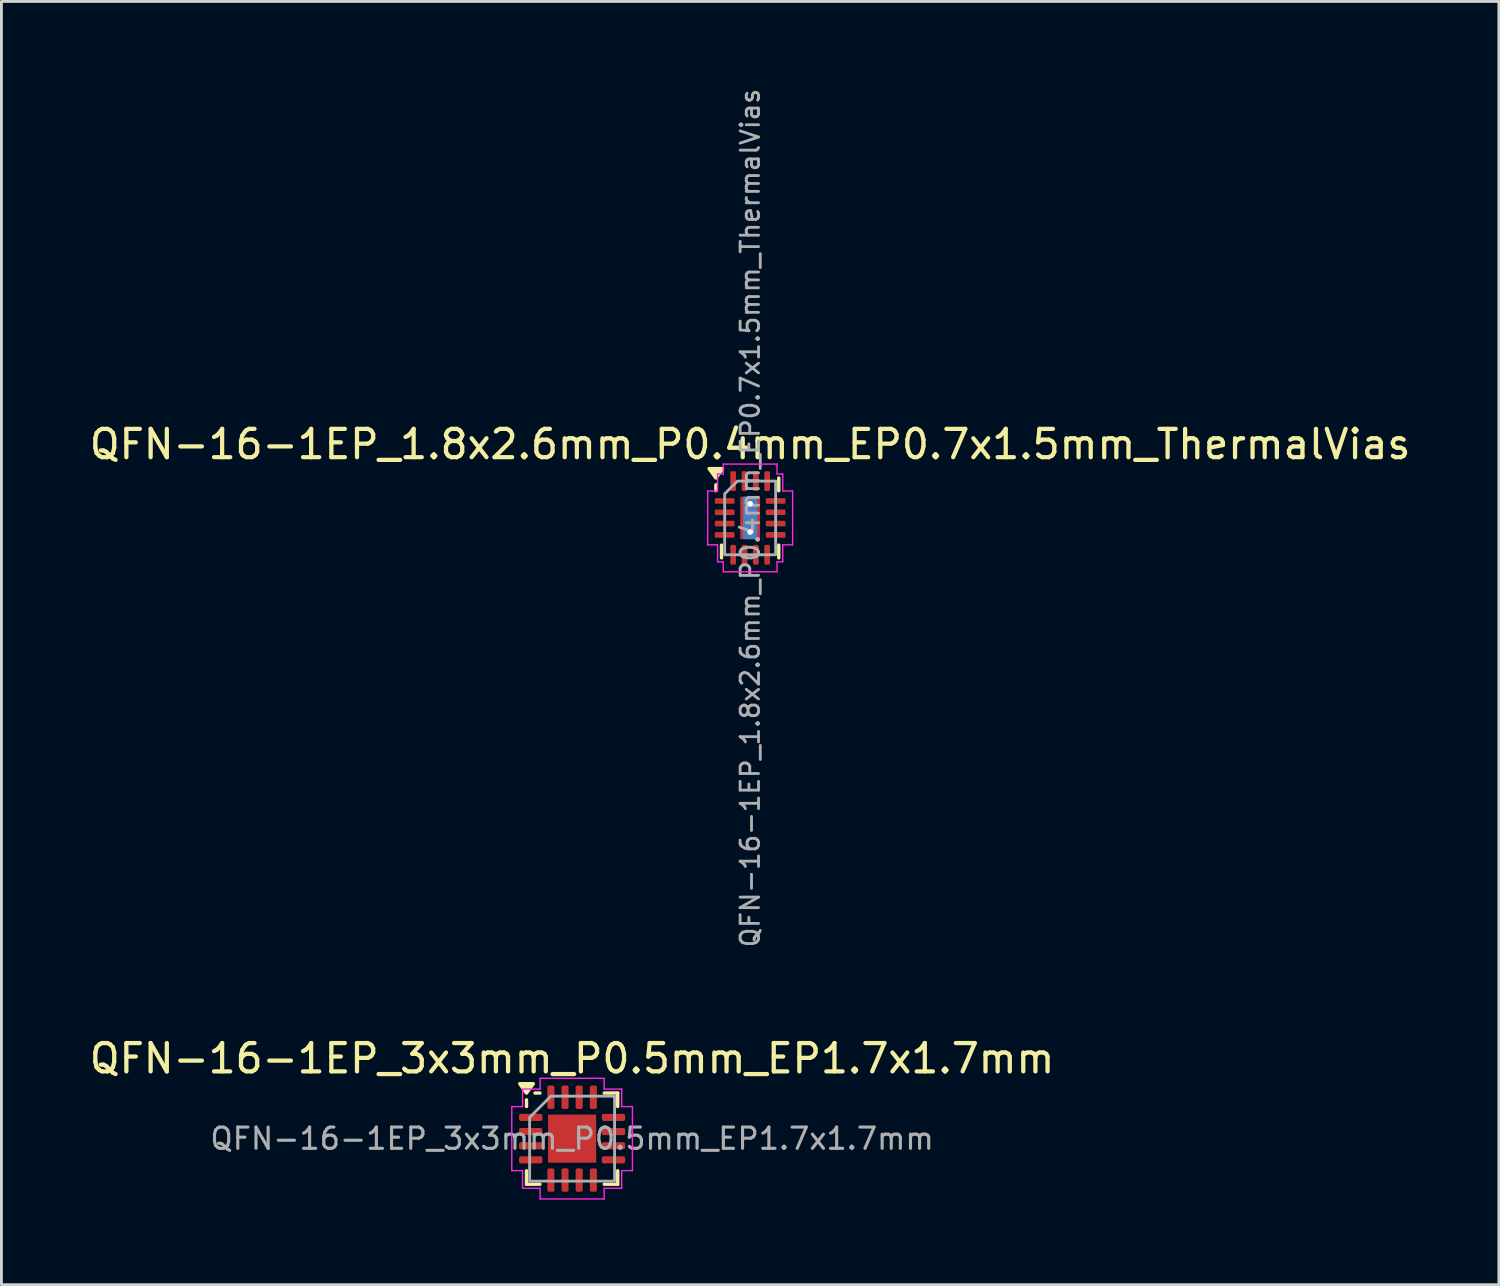
<source format=kicad_pcb>
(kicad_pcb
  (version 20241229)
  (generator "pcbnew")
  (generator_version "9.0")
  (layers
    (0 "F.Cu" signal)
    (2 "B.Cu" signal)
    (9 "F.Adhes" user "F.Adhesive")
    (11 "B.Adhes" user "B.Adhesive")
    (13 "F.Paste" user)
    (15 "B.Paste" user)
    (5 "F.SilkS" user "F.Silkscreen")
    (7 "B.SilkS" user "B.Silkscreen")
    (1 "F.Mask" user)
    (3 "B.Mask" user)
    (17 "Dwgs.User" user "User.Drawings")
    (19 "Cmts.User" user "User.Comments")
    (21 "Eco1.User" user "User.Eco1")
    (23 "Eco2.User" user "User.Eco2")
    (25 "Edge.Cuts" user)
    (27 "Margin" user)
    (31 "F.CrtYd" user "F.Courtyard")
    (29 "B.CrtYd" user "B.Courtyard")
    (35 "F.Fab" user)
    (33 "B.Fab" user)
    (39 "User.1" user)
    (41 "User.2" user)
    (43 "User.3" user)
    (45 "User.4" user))
  (footprint "QFN-16-1EP_1.8x2.6mm_P0.4mm_EP0.7x1.5mm_ThermalVias"
    (layer "F.Cu")
    (at 23.435 15.236)
    (property "Reference" "QFN-16-1EP_1.8x2.6mm_P0.4mm_EP0.7x1.5mm_ThermalVias" (at 0 -2.6 0) (layer "F.SilkS") (effects (font (size 1 1) (thickness 0.15))))
    (attr smd)
    (fp_line (start -1.21 -0.96) (end -1.21 -1.17) (stroke (width 0.12) (type solid)) (layer "F.SilkS"))
    (fp_line (start -1.01 1.41) (end -1.01 0.96) (stroke (width 0.12) (type solid)) (layer "F.SilkS"))
    (fp_line (start 1.01 -1.41) (end 1.01 -0.96) (stroke (width 0.12) (type solid)) (layer "F.SilkS"))
    (fp_line (start 1.01 1.41) (end 1.01 0.96) (stroke (width 0.12) (type solid)) (layer "F.SilkS"))
    (fp_poly (pts (xy -1.21 -1.41) (xy -1.45 -1.74) (xy -0.97 -1.74)) (stroke (width 0.12) (type solid)) (fill yes) (layer "F.SilkS"))
    (fp_line (start -1.5 -0.95) (end -1.15 -0.95) (stroke (width 0.05) (type solid)) (layer "F.CrtYd"))
    (fp_line (start -1.5 0.95) (end -1.5 -0.95) (stroke (width 0.05) (type solid)) (layer "F.CrtYd"))
    (fp_line (start -1.15 -1.55) (end -0.95 -1.55) (stroke (width 0.05) (type solid)) (layer "F.CrtYd"))
    (fp_line (start -1.15 -0.95) (end -1.15 -1.55) (stroke (width 0.05) (type solid)) (layer "F.CrtYd"))
    (fp_line (start -1.15 0.95) (end -1.5 0.95) (stroke (width 0.05) (type solid)) (layer "F.CrtYd"))
    (fp_line (start -1.15 1.55) (end -1.15 0.95) (stroke (width 0.05) (type solid)) (layer "F.CrtYd"))
    (fp_line (start -0.95 -1.9) (end 0.95 -1.9) (stroke (width 0.05) (type solid)) (layer "F.CrtYd"))
    (fp_line (start -0.95 -1.55) (end -0.95 -1.9) (stroke (width 0.05) (type solid)) (layer "F.CrtYd"))
    (fp_line (start -0.95 1.55) (end -1.15 1.55) (stroke (width 0.05) (type solid)) (layer "F.CrtYd"))
    (fp_line (start -0.95 1.9) (end -0.95 1.55) (stroke (width 0.05) (type solid)) (layer "F.CrtYd"))
    (fp_line (start 0.95 -1.9) (end 0.95 -1.55) (stroke (width 0.05) (type solid)) (layer "F.CrtYd"))
    (fp_line (start 0.95 -1.55) (end 1.15 -1.55) (stroke (width 0.05) (type solid)) (layer "F.CrtYd"))
    (fp_line (start 0.95 1.55) (end 0.95 1.9) (stroke (width 0.05) (type solid)) (layer "F.CrtYd"))
    (fp_line (start 0.95 1.9) (end -0.95 1.9) (stroke (width 0.05) (type solid)) (layer "F.CrtYd"))
    (fp_line (start 1.15 -1.55) (end 1.15 -0.95) (stroke (width 0.05) (type solid)) (layer "F.CrtYd"))
    (fp_line (start 1.15 -0.95) (end 1.5 -0.95) (stroke (width 0.05) (type solid)) (layer "F.CrtYd"))
    (fp_line (start 1.15 0.95) (end 1.15 1.55) (stroke (width 0.05) (type solid)) (layer "F.CrtYd"))
    (fp_line (start 1.15 1.55) (end 0.95 1.55) (stroke (width 0.05) (type solid)) (layer "F.CrtYd"))
    (fp_line (start 1.5 -0.95) (end 1.5 0.95) (stroke (width 0.05) (type solid)) (layer "F.CrtYd"))
    (fp_line (start 1.5 0.95) (end 1.15 0.95) (stroke (width 0.05) (type solid)) (layer "F.CrtYd"))
    (fp_poly (pts (xy -0.9 -0.85) (xy -0.9 1.3) (xy 0.9 1.3) (xy 0.9 -1.3) (xy -0.45 -1.3)) (stroke (width 0.1) (type solid)) (fill no) (layer "F.Fab"))
    (fp_text user "${REFERENCE}" (at 0 0 90) (layer "F.Fab") (effects (font (size 0.65 0.65) (thickness 0.1))))
    (pad "" smd roundrect (at 0 -0.375) (size 0.61 0.65) (layers "F.Paste") (roundrect_rratio 0.25))
    (pad "" smd roundrect (at 0 0.375) (size 0.61 0.65) (layers "F.Paste") (roundrect_rratio 0.25))
    (pad "1" smd roundrect (at -0.9 -0.6) (size 0.7 0.2) (layers "F.Cu" "F.Mask" "F.Paste") (roundrect_rratio 0.25))
    (pad "2" smd roundrect (at -0.9 -0.2) (size 0.7 0.2) (layers "F.Cu" "F.Mask" "F.Paste") (roundrect_rratio 0.25))
    (pad "3" smd roundrect (at -0.9 0.2) (size 0.7 0.2) (layers "F.Cu" "F.Mask" "F.Paste") (roundrect_rratio 0.25))
    (pad "4" smd roundrect (at -0.9 0.6) (size 0.7 0.2) (layers "F.Cu" "F.Mask" "F.Paste") (roundrect_rratio 0.25))
    (pad "5" smd roundrect (at -0.6 1.3) (size 0.2 0.7) (layers "F.Cu" "F.Mask" "F.Paste") (roundrect_rratio 0.25))
    (pad "6" smd roundrect (at -0.2 1.3) (size 0.2 0.7) (layers "F.Cu" "F.Mask" "F.Paste") (roundrect_rratio 0.25))
    (pad "7" smd roundrect (at 0.2 1.3) (size 0.2 0.7) (layers "F.Cu" "F.Mask" "F.Paste") (roundrect_rratio 0.25))
    (pad "8" smd roundrect (at 0.6 1.3) (size 0.2 0.7) (layers "F.Cu" "F.Mask" "F.Paste") (roundrect_rratio 0.25))
    (pad "9" smd roundrect (at 0.9 0.6) (size 0.7 0.2) (layers "F.Cu" "F.Mask" "F.Paste") (roundrect_rratio 0.25))
    (pad "10" smd roundrect (at 0.9 0.2) (size 0.7 0.2) (layers "F.Cu" "F.Mask" "F.Paste") (roundrect_rratio 0.25))
    (pad "11" smd roundrect (at 0.9 -0.2) (size 0.7 0.2) (layers "F.Cu" "F.Mask" "F.Paste") (roundrect_rratio 0.25))
    (pad "12" smd roundrect (at 0.9 -0.6) (size 0.7 0.2) (layers "F.Cu" "F.Mask" "F.Paste") (roundrect_rratio 0.25))
    (pad "13" smd roundrect (at 0.6 -1.3) (size 0.2 0.7) (layers "F.Cu" "F.Mask" "F.Paste") (roundrect_rratio 0.25))
    (pad "14" smd roundrect (at 0.2 -1.3) (size 0.2 0.7) (layers "F.Cu" "F.Mask" "F.Paste") (roundrect_rratio 0.25))
    (pad "15" smd roundrect (at -0.2 -1.3) (size 0.2 0.7) (layers "F.Cu" "F.Mask" "F.Paste") (roundrect_rratio 0.25))
    (pad "16" smd roundrect (at -0.6 -1.3) (size 0.2 0.7) (layers "F.Cu" "F.Mask" "F.Paste") (roundrect_rratio 0.25))
    (pad "17" thru_hole circle (at 0 -0.5) (size 0.5 0.5) (drill 0.2) (property pad_prop_heatsink) (layers "*.Cu"))
    (pad "17" smd rect (at 0 0) (size 0.5 1.5) (property pad_prop_heatsink) (layers "B.Cu"))
    (pad "17" smd rect (at 0 0) (size 0.7 1.5) (property pad_prop_heatsink) (layers "F.Cu" "F.Mask"))
    (pad "17" thru_hole circle (at 0 0.5) (size 0.5 0.5) (drill 0.2) (property pad_prop_heatsink) (layers "*.Cu")))
  (footprint "QFN-16-1EP_3x3mm_P0.5mm_EP1.7x1.7mm"
    (layer "F.Cu")
    (at 17.149 37.151)
    (property "Reference" "QFN-16-1EP_3x3mm_P0.5mm_EP1.7x1.7mm" (at 0 -2.83 0) (layer "F.SilkS") (effects (font (size 1 1) (thickness 0.15))))
    (attr smd)
    (fp_line (start -1.61 -1.135) (end -1.61 -1.37) (stroke (width 0.12) (type solid)) (layer "F.SilkS"))
    (fp_line (start -1.61 1.61) (end -1.61 1.135) (stroke (width 0.12) (type solid)) (layer "F.SilkS"))
    (fp_line (start -1.135 -1.61) (end -1.31 -1.61) (stroke (width 0.12) (type solid)) (layer "F.SilkS"))
    (fp_line (start -1.135 1.61) (end -1.61 1.61) (stroke (width 0.12) (type solid)) (layer "F.SilkS"))
    (fp_line (start 1.135 -1.61) (end 1.61 -1.61) (stroke (width 0.12) (type solid)) (layer "F.SilkS"))
    (fp_line (start 1.135 1.61) (end 1.61 1.61) (stroke (width 0.12) (type solid)) (layer "F.SilkS"))
    (fp_line (start 1.61 -1.61) (end 1.61 -1.135) (stroke (width 0.12) (type solid)) (layer "F.SilkS"))
    (fp_line (start 1.61 1.61) (end 1.61 1.135) (stroke (width 0.12) (type solid)) (layer "F.SilkS"))
    (fp_poly (pts (xy -1.61 -1.61) (xy -1.85 -1.94) (xy -1.37 -1.94)) (stroke (width 0.12) (type solid)) (fill yes) (layer "F.SilkS"))
    (fp_line (start -2.13 -1.13) (end -1.75 -1.13) (stroke (width 0.05) (type solid)) (layer "F.CrtYd"))
    (fp_line (start -2.13 1.13) (end -2.13 -1.13) (stroke (width 0.05) (type solid)) (layer "F.CrtYd"))
    (fp_line (start -1.75 -1.75) (end -1.13 -1.75) (stroke (width 0.05) (type solid)) (layer "F.CrtYd"))
    (fp_line (start -1.75 -1.13) (end -1.75 -1.75) (stroke (width 0.05) (type solid)) (layer "F.CrtYd"))
    (fp_line (start -1.75 1.13) (end -2.13 1.13) (stroke (width 0.05) (type solid)) (layer "F.CrtYd"))
    (fp_line (start -1.75 1.75) (end -1.75 1.13) (stroke (width 0.05) (type solid)) (layer "F.CrtYd"))
    (fp_line (start -1.13 -2.13) (end 1.13 -2.13) (stroke (width 0.05) (type solid)) (layer "F.CrtYd"))
    (fp_line (start -1.13 -1.75) (end -1.13 -2.13) (stroke (width 0.05) (type solid)) (layer "F.CrtYd"))
    (fp_line (start -1.13 1.75) (end -1.75 1.75) (stroke (width 0.05) (type solid)) (layer "F.CrtYd"))
    (fp_line (start -1.13 2.13) (end -1.13 1.75) (stroke (width 0.05) (type solid)) (layer "F.CrtYd"))
    (fp_line (start 1.13 -2.13) (end 1.13 -1.75) (stroke (width 0.05) (type solid)) (layer "F.CrtYd"))
    (fp_line (start 1.13 -1.75) (end 1.75 -1.75) (stroke (width 0.05) (type solid)) (layer "F.CrtYd"))
    (fp_line (start 1.13 1.75) (end 1.13 2.13) (stroke (width 0.05) (type solid)) (layer "F.CrtYd"))
    (fp_line (start 1.13 2.13) (end -1.13 2.13) (stroke (width 0.05) (type solid)) (layer "F.CrtYd"))
    (fp_line (start 1.75 -1.75) (end 1.75 -1.13) (stroke (width 0.05) (type solid)) (layer "F.CrtYd"))
    (fp_line (start 1.75 -1.13) (end 2.13 -1.13) (stroke (width 0.05) (type solid)) (layer "F.CrtYd"))
    (fp_line (start 1.75 1.13) (end 1.75 1.75) (stroke (width 0.05) (type solid)) (layer "F.CrtYd"))
    (fp_line (start 1.75 1.75) (end 1.13 1.75) (stroke (width 0.05) (type solid)) (layer "F.CrtYd"))
    (fp_line (start 2.13 -1.13) (end 2.13 1.13) (stroke (width 0.05) (type solid)) (layer "F.CrtYd"))
    (fp_line (start 2.13 1.13) (end 1.75 1.13) (stroke (width 0.05) (type solid)) (layer "F.CrtYd"))
    (fp_poly (pts (xy -1.5 -0.75) (xy -1.5 1.5) (xy 1.5 1.5) (xy 1.5 -1.5) (xy -0.75 -1.5)) (stroke (width 0.1) (type solid)) (fill no) (layer "F.Fab"))
    (fp_text user "${REFERENCE}" (at 0 0 0) (layer "F.Fab") (effects (font (size 0.75 0.75) (thickness 0.11))))
    (pad "" smd roundrect (at -0.425 -0.425) (size 0.69 0.69) (layers "F.Paste") (roundrect_rratio 0.25))
    (pad "" smd roundrect (at -0.425 0.425) (size 0.69 0.69) (layers "F.Paste") (roundrect_rratio 0.25))
    (pad "" smd roundrect (at 0.425 -0.425) (size 0.69 0.69) (layers "F.Paste") (roundrect_rratio 0.25))
    (pad "" smd roundrect (at 0.425 0.425) (size 0.69 0.69) (layers "F.Paste") (roundrect_rratio 0.25))
    (pad "1" smd roundrect (at -1.462 -0.75) (size 0.825 0.25) (layers "F.Cu" "F.Mask" "F.Paste") (roundrect_rratio 0.25))
    (pad "2" smd roundrect (at -1.462 -0.25) (size 0.825 0.25) (layers "F.Cu" "F.Mask" "F.Paste") (roundrect_rratio 0.25))
    (pad "3" smd roundrect (at -1.462 0.25) (size 0.825 0.25) (layers "F.Cu" "F.Mask" "F.Paste") (roundrect_rratio 0.25))
    (pad "4" smd roundrect (at -1.462 0.75) (size 0.825 0.25) (layers "F.Cu" "F.Mask" "F.Paste") (roundrect_rratio 0.25))
    (pad "5" smd roundrect (at -0.75 1.462) (size 0.25 0.825) (layers "F.Cu" "F.Mask" "F.Paste") (roundrect_rratio 0.25))
    (pad "6" smd roundrect (at -0.25 1.462) (size 0.25 0.825) (layers "F.Cu" "F.Mask" "F.Paste") (roundrect_rratio 0.25))
    (pad "7" smd roundrect (at 0.25 1.462) (size 0.25 0.825) (layers "F.Cu" "F.Mask" "F.Paste") (roundrect_rratio 0.25))
    (pad "8" smd roundrect (at 0.75 1.462) (size 0.25 0.825) (layers "F.Cu" "F.Mask" "F.Paste") (roundrect_rratio 0.25))
    (pad "9" smd roundrect (at 1.462 0.75) (size 0.825 0.25) (layers "F.Cu" "F.Mask" "F.Paste") (roundrect_rratio 0.25))
    (pad "10" smd roundrect (at 1.462 0.25) (size 0.825 0.25) (layers "F.Cu" "F.Mask" "F.Paste") (roundrect_rratio 0.25))
    (pad "11" smd roundrect (at 1.462 -0.25) (size 0.825 0.25) (layers "F.Cu" "F.Mask" "F.Paste") (roundrect_rratio 0.25))
    (pad "12" smd roundrect (at 1.462 -0.75) (size 0.825 0.25) (layers "F.Cu" "F.Mask" "F.Paste") (roundrect_rratio 0.25))
    (pad "13" smd roundrect (at 0.75 -1.462) (size 0.25 0.825) (layers "F.Cu" "F.Mask" "F.Paste") (roundrect_rratio 0.25))
    (pad "14" smd roundrect (at 0.25 -1.462) (size 0.25 0.825) (layers "F.Cu" "F.Mask" "F.Paste") (roundrect_rratio 0.25))
    (pad "15" smd roundrect (at -0.25 -1.462) (size 0.25 0.825) (layers "F.Cu" "F.Mask" "F.Paste") (roundrect_rratio 0.25))
    (pad "16" smd roundrect (at -0.75 -1.462) (size 0.25 0.825) (layers "F.Cu" "F.Mask" "F.Paste") (roundrect_rratio 0.25))
    (pad "17" smd rect (at 0 0) (size 1.7 1.7) (property pad_prop_heatsink) (layers "F.Cu" "F.Mask")))
  (gr_rect
    (start -3 -3)
    (end 49.869 42.306)
    (stroke (width 0.1) (type default))
    (fill no)
    (layer "Edge.Cuts")))
</source>
